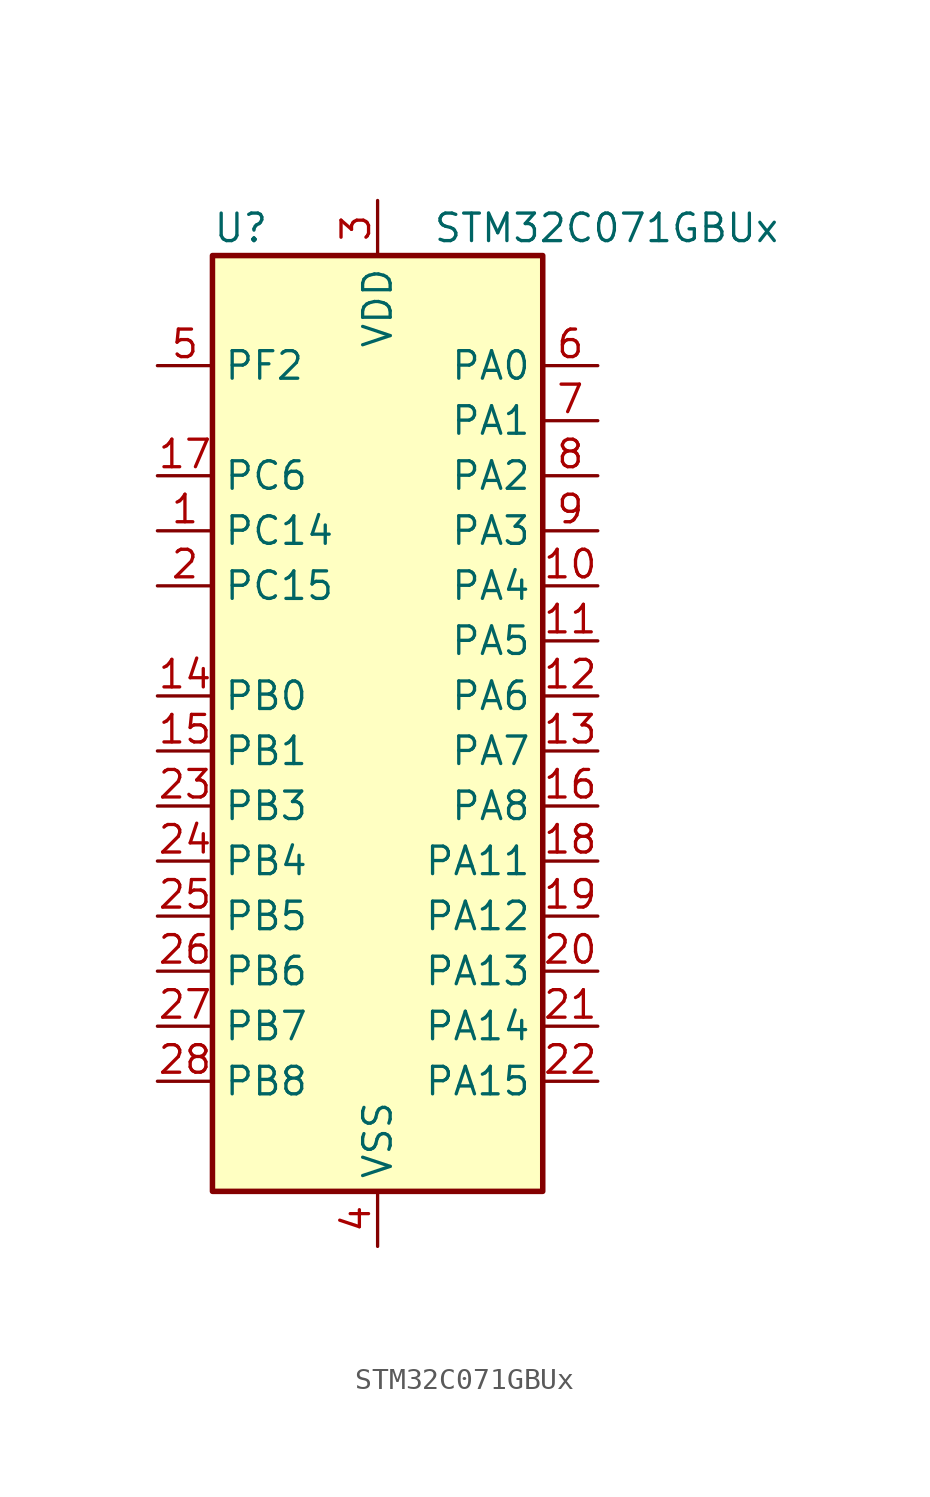
<source format=kicad_sym>
(kicad_symbol_lib
  (version 20241209)
  (generator "kicad_symbol_editor")
  (generator_version "9.0")
  (symbol "STM32C071GBUx"
    (property "Reference" "U"
      (at -7.62 24.13 0)
      (effects (font (size 1.27 1.27)) (justify left)))
    (property "Value" "STM32C071GBUx"
      (at 2.54 24.13 0)
      (effects (font (size 1.27 1.27)) (justify left)))
    (symbol "STM32C071GBUx_0_1"
      (rectangle (start -7.62 -20.32) (end 7.62 22.86) (stroke (width 0.254) (type default)) (fill (type background))))
    (symbol "STM32C071GBUx_1_1"
      (pin bidirectional line (at -10.16 17.78 0) (length 2.54) (name "PF2" (effects (font (size 1.27 1.27)))) (number "5" (effects (font (size 1.27 1.27)))) (alternate "RCC_MCO" bidirectional line) (alternate "TIM1_CH4" bidirectional line))
      (pin bidirectional line (at -10.16 12.7 0) (length 2.54) (name "PC6" (effects (font (size 1.27 1.27)))) (number "17" (effects (font (size 1.27 1.27)))) (alternate "TIM2_CH3" bidirectional line) (alternate "TIM3_CH1" bidirectional line))
      (pin bidirectional line (at -10.16 10.16 0) (length 2.54) (name "PC14" (effects (font (size 1.27 1.27)))) (number "1" (effects (font (size 1.27 1.27)))) (alternate "I2C1_SDA" bidirectional line) (alternate "IR_OUT" bidirectional line) (alternate "RCC_OSCX_IN" bidirectional line) (alternate "SPI2_NSS" bidirectional line) (alternate "TIM17_CH1" bidirectional line) (alternate "TIM1_BKIN2" bidirectional line) (alternate "TIM1_ETR" bidirectional line) (alternate "TIM3_CH2" bidirectional line) (alternate "USART1_TX" bidirectional line) (alternate "USART2_CK" bidirectional line) (alternate "USART2_DE" bidirectional line) (alternate "USART2_RTS" bidirectional line))
      (pin bidirectional line (at -10.16 7.62 0) (length 2.54) (name "PC15" (effects (font (size 1.27 1.27)))) (number "2" (effects (font (size 1.27 1.27)))) (alternate "RCC_OSC32_EN" bidirectional line) (alternate "RCC_OSCX_OUT" bidirectional line) (alternate "RCC_OSC_EN" bidirectional line) (alternate "TIM1_ETR" bidirectional line) (alternate "TIM3_CH3" bidirectional line))
      (pin bidirectional line (at -10.16 2.54 0) (length 2.54) (name "PB0" (effects (font (size 1.27 1.27)))) (number "14" (effects (font (size 1.27 1.27)))) (alternate "ADC1_IN17" bidirectional line) (alternate "I2S1_WS" bidirectional line) (alternate "SPI1_NSS" bidirectional line) (alternate "TIM1_CH2N" bidirectional line) (alternate "TIM3_CH3" bidirectional line))
      (pin bidirectional line (at -10.16 0 0) (length 2.54) (name "PB1" (effects (font (size 1.27 1.27)))) (number "15" (effects (font (size 1.27 1.27)))) (alternate "ADC1_IN18" bidirectional line) (alternate "TIM14_CH1" bidirectional line) (alternate "TIM1_CH2N" bidirectional line) (alternate "TIM1_CH3N" bidirectional line) (alternate "TIM3_CH4" bidirectional line))
      (pin bidirectional line (at -10.16 -2.54 0) (length 2.54) (name "PB3" (effects (font (size 1.27 1.27)))) (number "23" (effects (font (size 1.27 1.27)))) (alternate "I2C2_SCL" bidirectional line) (alternate "I2S1_CK" bidirectional line) (alternate "SPI1_SCK" bidirectional line) (alternate "TIM1_CH2" bidirectional line) (alternate "TIM2_CH2" bidirectional line) (alternate "TIM3_CH2" bidirectional line) (alternate "USART1_CK" bidirectional line) (alternate "USART1_DE" bidirectional line) (alternate "USART1_RTS" bidirectional line))
      (pin bidirectional line (at -10.16 -5.08 0) (length 2.54) (name "PB4" (effects (font (size 1.27 1.27)))) (number "24" (effects (font (size 1.27 1.27)))) (alternate "I2C2_SDA" bidirectional line) (alternate "I2S1_MCK" bidirectional line) (alternate "SPI1_MISO" bidirectional line) (alternate "TIM17_BKIN" bidirectional line) (alternate "TIM3_CH1" bidirectional line) (alternate "USART1_CTS" bidirectional line) (alternate "USART1_NSS" bidirectional line))
      (pin bidirectional line (at -10.16 -7.62 0) (length 2.54) (name "PB5" (effects (font (size 1.27 1.27)))) (number "25" (effects (font (size 1.27 1.27)))) (alternate "I2C1_SMBA" bidirectional line) (alternate "I2S1_SD" bidirectional line) (alternate "PWR_WKUP6" bidirectional line) (alternate "SPI1_MOSI" bidirectional line) (alternate "TIM16_BKIN" bidirectional line) (alternate "TIM3_CH2" bidirectional line) (alternate "TIM3_CH3" bidirectional line))
      (pin bidirectional line (at -10.16 -10.16 0) (length 2.54) (name "PB6" (effects (font (size 1.27 1.27)))) (number "26" (effects (font (size 1.27 1.27)))) (alternate "I2C1_SCL" bidirectional line) (alternate "I2C1_SMBA" bidirectional line) (alternate "I2S1_CK" bidirectional line) (alternate "I2S1_MCK" bidirectional line) (alternate "I2S1_SD" bidirectional line) (alternate "PWR_WKUP3" bidirectional line) (alternate "SPI1_MISO" bidirectional line) (alternate "SPI1_MOSI" bidirectional line) (alternate "SPI1_SCK" bidirectional line) (alternate "SPI2_MISO" bidirectional line) (alternate "TIM16_BKIN" bidirectional line) (alternate "TIM16_CH1N" bidirectional line) (alternate "TIM17_BKIN" bidirectional line) (alternate "TIM1_CH2" bidirectional line) (alternate "TIM1_CH3" bidirectional line) (alternate "TIM3_CH1" bidirectional line) (alternate "TIM3_CH2" bidirectional line) (alternate "TIM3_CH3" bidirectional line) (alternate "USART1_CTS" bidirectional line) (alternate "USART1_NSS" bidirectional line) (alternate "USART1_TX" bidirectional line))
      (pin bidirectional line (at -10.16 -12.7 0) (length 2.54) (name "PB7" (effects (font (size 1.27 1.27)))) (number "27" (effects (font (size 1.27 1.27)))) (alternate "I2C1_SCL" bidirectional line) (alternate "I2C1_SDA" bidirectional line) (alternate "RTC_REFIN" bidirectional line) (alternate "SPI2_MOSI" bidirectional line) (alternate "TIM16_CH1" bidirectional line) (alternate "TIM17_CH1N" bidirectional line) (alternate "TIM1_CH4" bidirectional line) (alternate "TIM3_CH1" bidirectional line) (alternate "TIM3_CH4" bidirectional line) (alternate "USART1_RX" bidirectional line) (alternate "USART2_CTS" bidirectional line) (alternate "USART2_NSS" bidirectional line))
      (pin bidirectional line (at -10.16 -15.24 0) (length 2.54) (name "PB8" (effects (font (size 1.27 1.27)))) (number "28" (effects (font (size 1.27 1.27)))) (alternate "I2C1_SCL" bidirectional line) (alternate "SPI2_SCK" bidirectional line) (alternate "TIM16_CH1" bidirectional line) (alternate "TIM3_CH1" bidirectional line) (alternate "USART2_CTS" bidirectional line) (alternate "USART2_NSS" bidirectional line))
      (pin power_in line (at 0 25.4 270) (length 2.54) (name "VDD" (effects (font (size 1.27 1.27)))) (number "3" (effects (font (size 1.27 1.27)))))
      (pin power_in line (at 0 -22.86 90) (length 2.54) (name "VSS" (effects (font (size 1.27 1.27)))) (number "4" (effects (font (size 1.27 1.27)))))
      (pin bidirectional line (at 10.16 17.78 180) (length 2.54) (name "PA0" (effects (font (size 1.27 1.27)))) (number "6" (effects (font (size 1.27 1.27)))) (alternate "ADC1_IN0" bidirectional line) (alternate "PWR_WKUP1" bidirectional line) (alternate "SPI2_SCK" bidirectional line) (alternate "TIM16_CH1" bidirectional line) (alternate "TIM1_CH1" bidirectional line) (alternate "TIM2_CH1" bidirectional line) (alternate "TIM2_ETR" bidirectional line) (alternate "USART1_TX" bidirectional line) (alternate "USART2_CTS" bidirectional line) (alternate "USART2_NSS" bidirectional line))
      (pin bidirectional line (at 10.16 15.24 180) (length 2.54) (name "PA1" (effects (font (size 1.27 1.27)))) (number "7" (effects (font (size 1.27 1.27)))) (alternate "ADC1_IN1" bidirectional line) (alternate "I2C1_SMBA" bidirectional line) (alternate "I2S1_CK" bidirectional line) (alternate "SPI1_SCK" bidirectional line) (alternate "TIM17_CH1" bidirectional line) (alternate "TIM1_CH2" bidirectional line) (alternate "TIM2_CH2" bidirectional line) (alternate "USART1_RX" bidirectional line) (alternate "USART2_CK" bidirectional line) (alternate "USART2_DE" bidirectional line) (alternate "USART2_RTS" bidirectional line))
      (pin bidirectional line (at 10.16 12.7 180) (length 2.54) (name "PA2" (effects (font (size 1.27 1.27)))) (number "8" (effects (font (size 1.27 1.27)))) (alternate "ADC1_IN2" bidirectional line) (alternate "I2S1_SD" bidirectional line) (alternate "PWR_WKUP4" bidirectional line) (alternate "RCC_LSCO" bidirectional line) (alternate "SPI1_MOSI" bidirectional line) (alternate "TIM16_CH1N" bidirectional line) (alternate "TIM1_CH3" bidirectional line) (alternate "TIM2_CH3" bidirectional line) (alternate "TIM3_ETR" bidirectional line) (alternate "USART2_TX" bidirectional line))
      (pin bidirectional line (at 10.16 10.16 180) (length 2.54) (name "PA3" (effects (font (size 1.27 1.27)))) (number "9" (effects (font (size 1.27 1.27)))) (alternate "ADC1_IN3" bidirectional line) (alternate "SPI2_MISO" bidirectional line) (alternate "TIM1_CH1N" bidirectional line) (alternate "TIM1_CH4" bidirectional line) (alternate "TIM2_CH4" bidirectional line) (alternate "USART2_RX" bidirectional line))
      (pin bidirectional line (at 10.16 7.62 180) (length 2.54) (name "PA4" (effects (font (size 1.27 1.27)))) (number "10" (effects (font (size 1.27 1.27)))) (alternate "ADC1_IN4" bidirectional line) (alternate "I2S1_WS" bidirectional line) (alternate "PWR_WKUP2" bidirectional line) (alternate "RTC_OUT1" bidirectional line) (alternate "RTC_TS" bidirectional line) (alternate "SPI1_NSS" bidirectional line) (alternate "SPI2_MOSI" bidirectional line) (alternate "TIM14_CH1" bidirectional line) (alternate "TIM17_CH1N" bidirectional line) (alternate "TIM1_CH2N" bidirectional line) (alternate "USART2_TX" bidirectional line) (alternate "USB_NOE" bidirectional line))
      (pin bidirectional line (at 10.16 5.08 180) (length 2.54) (name "PA5" (effects (font (size 1.27 1.27)))) (number "11" (effects (font (size 1.27 1.27)))) (alternate "ADC1_IN5" bidirectional line) (alternate "I2S1_CK" bidirectional line) (alternate "SPI1_SCK" bidirectional line) (alternate "TIM1_CH1" bidirectional line) (alternate "TIM1_CH3N" bidirectional line) (alternate "TIM2_CH1" bidirectional line) (alternate "TIM2_ETR" bidirectional line) (alternate "USART2_RX" bidirectional line))
      (pin bidirectional line (at 10.16 2.54 180) (length 2.54) (name "PA6" (effects (font (size 1.27 1.27)))) (number "12" (effects (font (size 1.27 1.27)))) (alternate "ADC1_IN6" bidirectional line) (alternate "I2C2_SDA" bidirectional line) (alternate "I2S1_MCK" bidirectional line) (alternate "SPI1_MISO" bidirectional line) (alternate "TIM16_CH1" bidirectional line) (alternate "TIM1_BKIN" bidirectional line) (alternate "TIM3_CH1" bidirectional line))
      (pin bidirectional line (at 10.16 0 180) (length 2.54) (name "PA7" (effects (font (size 1.27 1.27)))) (number "13" (effects (font (size 1.27 1.27)))) (alternate "ADC1_IN7" bidirectional line) (alternate "I2C2_SCL" bidirectional line) (alternate "I2S1_SD" bidirectional line) (alternate "SPI1_MOSI" bidirectional line) (alternate "TIM14_CH1" bidirectional line) (alternate "TIM17_CH1" bidirectional line) (alternate "TIM1_CH1N" bidirectional line) (alternate "TIM3_CH2" bidirectional line))
      (pin bidirectional line (at 10.16 -2.54 180) (length 2.54) (name "PA8" (effects (font (size 1.27 1.27)))) (number "16" (effects (font (size 1.27 1.27)))) (alternate "ADC1_IN8" bidirectional line) (alternate "CRS_SYNC" bidirectional line) (alternate "I2S1_WS" bidirectional line) (alternate "RCC_MCO" bidirectional line) (alternate "RCC_MCO2" bidirectional line) (alternate "SPI1_NSS" bidirectional line) (alternate "SPI2_MISO" bidirectional line) (alternate "SPI2_NSS" bidirectional line) (alternate "TIM14_CH1" bidirectional line) (alternate "TIM1_CH1" bidirectional line) (alternate "TIM1_CH2N" bidirectional line) (alternate "TIM1_CH3N" bidirectional line) (alternate "TIM3_CH3" bidirectional line) (alternate "TIM3_CH4" bidirectional line) (alternate "USART1_RX" bidirectional line) (alternate "USART2_TX" bidirectional line))
      (pin bidirectional line (at 10.16 -5.08 180) (length 2.54) (name "PA11" (effects (font (size 1.27 1.27)))) (number "18" (effects (font (size 1.27 1.27)))) (alternate "ADC1_EXTI11" bidirectional line) (alternate "I2C2_SCL" bidirectional line) (alternate "I2S1_MCK" bidirectional line) (alternate "SPI1_MISO" bidirectional line) (alternate "TIM1_BKIN2" bidirectional line) (alternate "TIM1_CH4" bidirectional line) (alternate "USART1_CTS" bidirectional line) (alternate "USART1_NSS" bidirectional line) (alternate "USB_DM" bidirectional line))
      (pin bidirectional line (at 10.16 -7.62 180) (length 2.54) (name "PA12" (effects (font (size 1.27 1.27)))) (number "19" (effects (font (size 1.27 1.27)))) (alternate "I2C2_SDA" bidirectional line) (alternate "I2S1_SD" bidirectional line) (alternate "I2S_CKIN" bidirectional line) (alternate "SPI1_MOSI" bidirectional line) (alternate "TIM1_ETR" bidirectional line) (alternate "USART1_CK" bidirectional line) (alternate "USART1_DE" bidirectional line) (alternate "USART1_RTS" bidirectional line) (alternate "USB_DP" bidirectional line))
      (pin bidirectional line (at 10.16 -10.16 180) (length 2.54) (name "PA13" (effects (font (size 1.27 1.27)))) (number "20" (effects (font (size 1.27 1.27)))) (alternate "ADC1_IN13" bidirectional line) (alternate "DEBUG_SWDIO" bidirectional line) (alternate "IR_OUT" bidirectional line) (alternate "TIM3_ETR" bidirectional line) (alternate "USART2_RX" bidirectional line) (alternate "USB_NOE" bidirectional line))
      (pin bidirectional line (at 10.16 -12.7 180) (length 2.54) (name "PA14" (effects (font (size 1.27 1.27)))) (number "21" (effects (font (size 1.27 1.27)))) (alternate "ADC1_IN14" bidirectional line) (alternate "DEBUG_SWCLK" bidirectional line) (alternate "I2S1_WS" bidirectional line) (alternate "RCC_MCO2" bidirectional line) (alternate "SPI1_NSS" bidirectional line) (alternate "TIM1_CH1" bidirectional line) (alternate "USART1_CK" bidirectional line) (alternate "USART1_DE" bidirectional line) (alternate "USART1_RTS" bidirectional line) (alternate "USART2_RX" bidirectional line) (alternate "USART2_TX" bidirectional line))
      (pin bidirectional line (at 10.16 -15.24 180) (length 2.54) (name "PA15" (effects (font (size 1.27 1.27)))) (number "22" (effects (font (size 1.27 1.27)))) (alternate "I2S1_WS" bidirectional line) (alternate "RCC_MCO2" bidirectional line) (alternate "SPI1_NSS" bidirectional line) (alternate "TIM1_CH1" bidirectional line) (alternate "TIM2_CH1" bidirectional line) (alternate "TIM2_ETR" bidirectional line) (alternate "USART1_CK" bidirectional line) (alternate "USART1_DE" bidirectional line) (alternate "USART1_RTS" bidirectional line) (alternate "USART2_RX" bidirectional line) (alternate "USB_NOE" bidirectional line)))))
</source>
